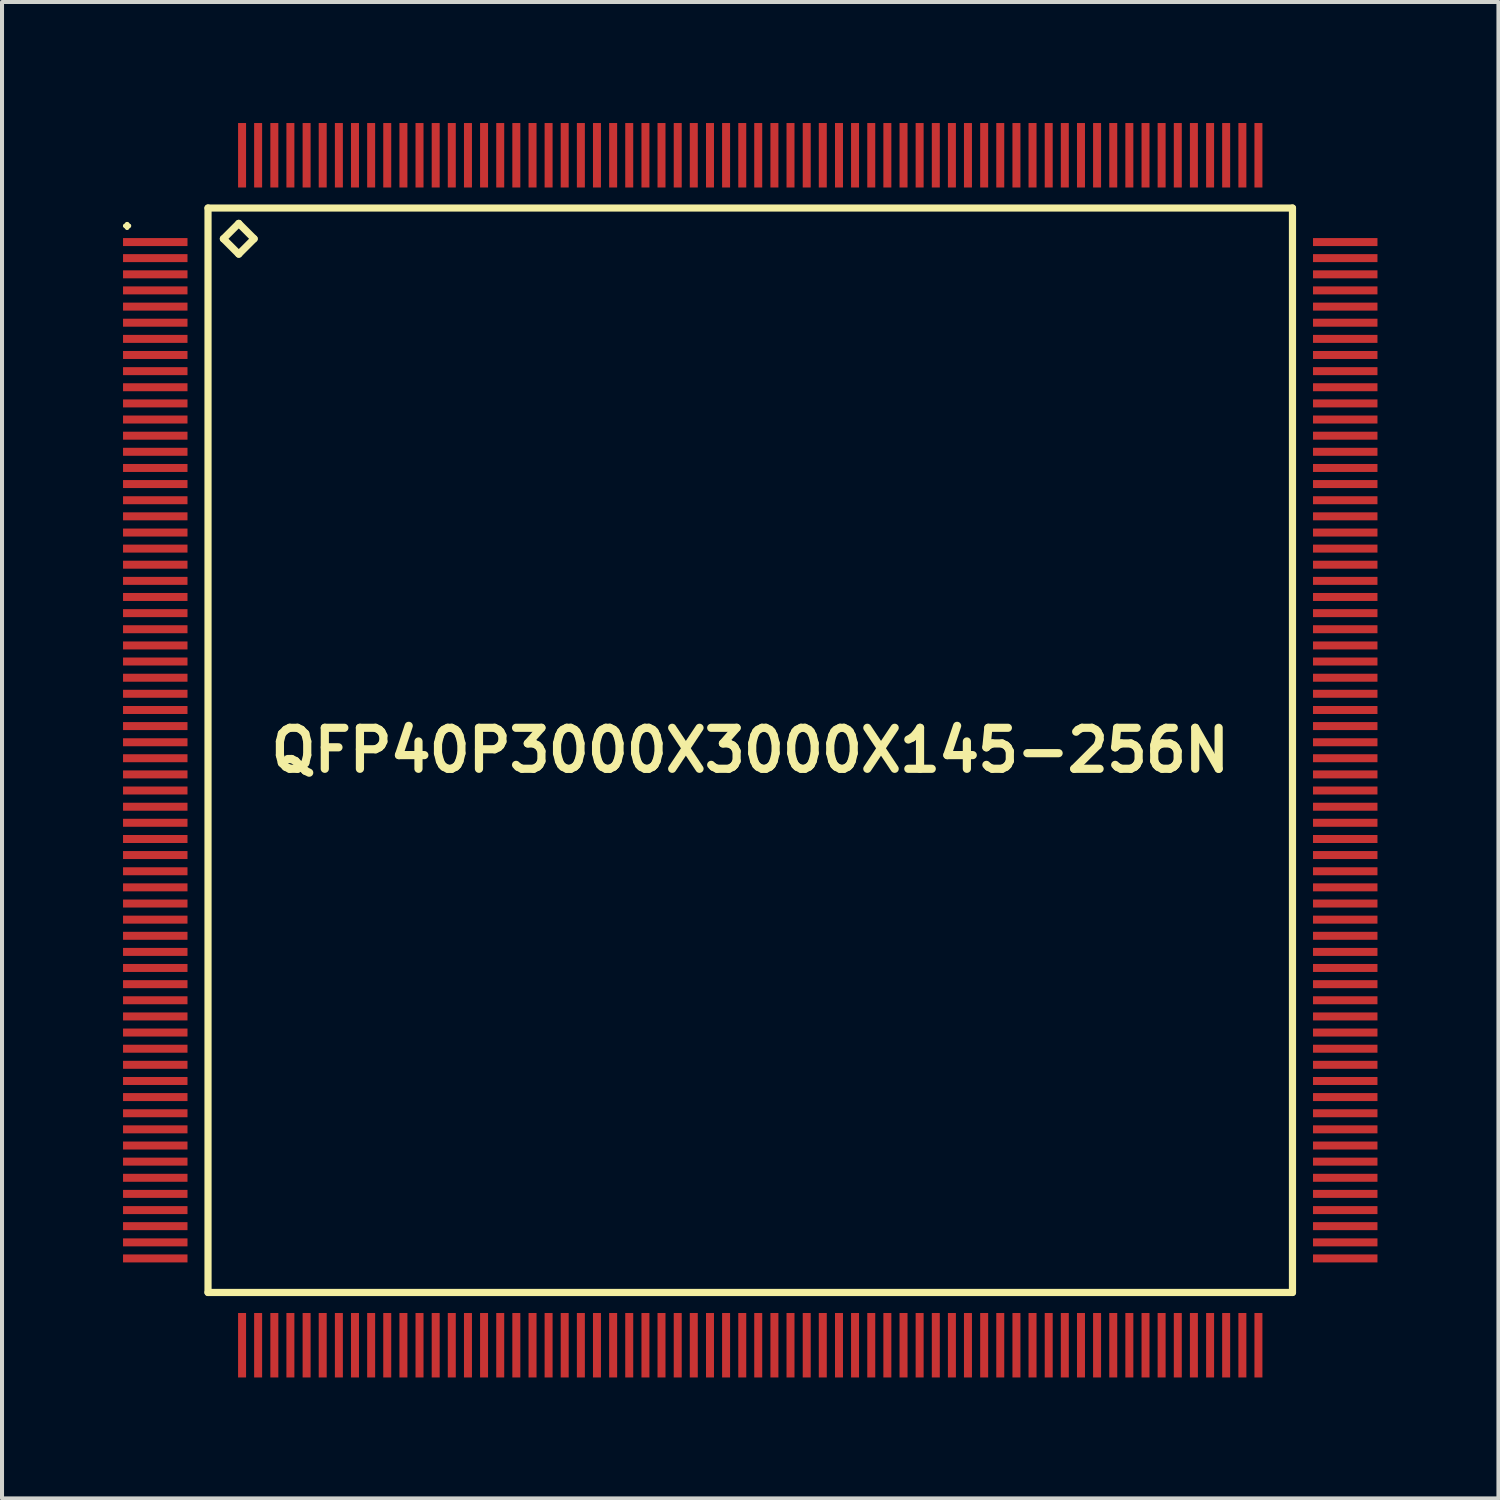
<source format=kicad_pcb>
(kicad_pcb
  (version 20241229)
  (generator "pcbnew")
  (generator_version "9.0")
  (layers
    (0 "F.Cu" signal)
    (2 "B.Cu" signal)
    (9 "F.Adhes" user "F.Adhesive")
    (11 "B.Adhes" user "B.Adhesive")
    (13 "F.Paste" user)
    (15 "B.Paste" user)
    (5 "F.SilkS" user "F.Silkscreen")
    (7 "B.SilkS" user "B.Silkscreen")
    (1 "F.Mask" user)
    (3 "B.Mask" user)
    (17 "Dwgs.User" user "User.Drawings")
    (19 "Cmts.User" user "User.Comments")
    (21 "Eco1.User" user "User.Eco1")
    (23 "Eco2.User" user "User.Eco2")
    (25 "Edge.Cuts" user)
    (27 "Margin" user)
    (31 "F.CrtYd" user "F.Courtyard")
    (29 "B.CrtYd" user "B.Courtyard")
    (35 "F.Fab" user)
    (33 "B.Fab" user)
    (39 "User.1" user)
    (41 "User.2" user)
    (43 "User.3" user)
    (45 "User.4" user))
  (footprint "QFP40P3000X3000X145-256N"
    (layer "F.Cu")
    (at 15.549 15.549)
    (property "Reference" "QFP40P3000X3000X145-256N" (at 0 0 0) (layer "F.SilkS") (effects (font (size 1.016 1.016) (thickness 0.203))))
    (attr smd)
    (fp_line (start -15.499 -13) (end -15.448 -13.048) (stroke (width 0.099) (type solid)) (layer "F.SilkS"))
    (fp_line (start -15.448 -13.048) (end -15.397 -13) (stroke (width 0.099) (type solid)) (layer "F.SilkS"))
    (fp_line (start -15.448 -12.949) (end -15.499 -13) (stroke (width 0.099) (type solid)) (layer "F.SilkS"))
    (fp_line (start -15.397 -13) (end -15.448 -12.949) (stroke (width 0.099) (type solid)) (layer "F.SilkS"))
    (fp_line (start -13.442 -13.442) (end -13.442 13.442) (stroke (width 0.178) (type solid)) (layer "F.SilkS"))
    (fp_line (start -13.442 13.442) (end 13.442 13.442) (stroke (width 0.178) (type solid)) (layer "F.SilkS"))
    (fp_line (start -13.061 -12.68) (end -12.68 -13.061) (stroke (width 0.178) (type solid)) (layer "F.SilkS"))
    (fp_line (start -12.68 -13.061) (end -12.299 -12.68) (stroke (width 0.178) (type solid)) (layer "F.SilkS"))
    (fp_line (start -12.68 -12.299) (end -13.061 -12.68) (stroke (width 0.178) (type solid)) (layer "F.SilkS"))
    (fp_line (start -12.299 -12.68) (end -12.68 -12.299) (stroke (width 0.178) (type solid)) (layer "F.SilkS"))
    (fp_line (start 13.442 -13.442) (end -13.442 -13.442) (stroke (width 0.178) (type solid)) (layer "F.SilkS"))
    (fp_line (start 13.442 13.442) (end 13.442 -13.442) (stroke (width 0.178) (type solid)) (layer "F.SilkS"))
    (pad "1" smd rect (at -14.75 -12.598) (size 1.598 0.198) (layers "F.Cu" "F.Mask" "F.Paste"))
    (pad "2" smd rect (at -14.75 -12.2) (size 1.598 0.198) (layers "F.Cu" "F.Mask" "F.Paste"))
    (pad "3" smd rect (at -14.75 -11.798) (size 1.598 0.198) (layers "F.Cu" "F.Mask" "F.Paste"))
    (pad "4" smd rect (at -14.75 -11.4) (size 1.598 0.198) (layers "F.Cu" "F.Mask" "F.Paste"))
    (pad "5" smd rect (at -14.75 -10.998) (size 1.598 0.198) (layers "F.Cu" "F.Mask" "F.Paste"))
    (pad "6" smd rect (at -14.75 -10.599) (size 1.598 0.198) (layers "F.Cu" "F.Mask" "F.Paste"))
    (pad "7" smd rect (at -14.75 -10.198) (size 1.598 0.198) (layers "F.Cu" "F.Mask" "F.Paste"))
    (pad "8" smd rect (at -14.75 -9.799) (size 1.598 0.198) (layers "F.Cu" "F.Mask" "F.Paste"))
    (pad "9" smd rect (at -14.75 -9.398) (size 1.598 0.198) (layers "F.Cu" "F.Mask" "F.Paste"))
    (pad "10" smd rect (at -14.75 -8.999) (size 1.598 0.198) (layers "F.Cu" "F.Mask" "F.Paste"))
    (pad "11" smd rect (at -14.75 -8.598) (size 1.598 0.198) (layers "F.Cu" "F.Mask" "F.Paste"))
    (pad "12" smd rect (at -14.75 -8.199) (size 1.598 0.198) (layers "F.Cu" "F.Mask" "F.Paste"))
    (pad "13" smd rect (at -14.75 -7.798) (size 1.598 0.198) (layers "F.Cu" "F.Mask" "F.Paste"))
    (pad "14" smd rect (at -14.75 -7.399) (size 1.598 0.198) (layers "F.Cu" "F.Mask" "F.Paste"))
    (pad "15" smd rect (at -14.75 -6.998) (size 1.598 0.198) (layers "F.Cu" "F.Mask" "F.Paste"))
    (pad "16" smd rect (at -14.75 -6.599) (size 1.598 0.198) (layers "F.Cu" "F.Mask" "F.Paste"))
    (pad "17" smd rect (at -14.75 -6.198) (size 1.598 0.198) (layers "F.Cu" "F.Mask" "F.Paste"))
    (pad "18" smd rect (at -14.75 -5.799) (size 1.598 0.198) (layers "F.Cu" "F.Mask" "F.Paste"))
    (pad "19" smd rect (at -14.75 -5.397) (size 1.598 0.198) (layers "F.Cu" "F.Mask" "F.Paste"))
    (pad "20" smd rect (at -14.75 -4.999) (size 1.598 0.198) (layers "F.Cu" "F.Mask" "F.Paste"))
    (pad "21" smd rect (at -14.75 -4.6) (size 1.598 0.198) (layers "F.Cu" "F.Mask" "F.Paste"))
    (pad "22" smd rect (at -14.75 -4.199) (size 1.598 0.198) (layers "F.Cu" "F.Mask" "F.Paste"))
    (pad "23" smd rect (at -14.75 -3.8) (size 1.598 0.198) (layers "F.Cu" "F.Mask" "F.Paste"))
    (pad "24" smd rect (at -14.75 -3.399) (size 1.598 0.198) (layers "F.Cu" "F.Mask" "F.Paste"))
    (pad "25" smd rect (at -14.75 -3) (size 1.598 0.198) (layers "F.Cu" "F.Mask" "F.Paste"))
    (pad "26" smd rect (at -14.75 -2.598) (size 1.598 0.198) (layers "F.Cu" "F.Mask" "F.Paste"))
    (pad "27" smd rect (at -14.75 -2.2) (size 1.598 0.198) (layers "F.Cu" "F.Mask" "F.Paste"))
    (pad "28" smd rect (at -14.75 -1.798) (size 1.598 0.198) (layers "F.Cu" "F.Mask" "F.Paste"))
    (pad "29" smd rect (at -14.75 -1.4) (size 1.598 0.198) (layers "F.Cu" "F.Mask" "F.Paste"))
    (pad "30" smd rect (at -14.75 -0.998) (size 1.598 0.198) (layers "F.Cu" "F.Mask" "F.Paste"))
    (pad "31" smd rect (at -14.75 -0.599) (size 1.598 0.198) (layers "F.Cu" "F.Mask" "F.Paste"))
    (pad "32" smd rect (at -14.75 -0.198) (size 1.598 0.198) (layers "F.Cu" "F.Mask" "F.Paste"))
    (pad "33" smd rect (at -14.75 0.198) (size 1.598 0.198) (layers "F.Cu" "F.Mask" "F.Paste"))
    (pad "34" smd rect (at -14.75 0.599) (size 1.598 0.198) (layers "F.Cu" "F.Mask" "F.Paste"))
    (pad "35" smd rect (at -14.75 0.998) (size 1.598 0.198) (layers "F.Cu" "F.Mask" "F.Paste"))
    (pad "36" smd rect (at -14.75 1.4) (size 1.598 0.198) (layers "F.Cu" "F.Mask" "F.Paste"))
    (pad "37" smd rect (at -14.75 1.798) (size 1.598 0.198) (layers "F.Cu" "F.Mask" "F.Paste"))
    (pad "38" smd rect (at -14.75 2.2) (size 1.598 0.198) (layers "F.Cu" "F.Mask" "F.Paste"))
    (pad "39" smd rect (at -14.75 2.598) (size 1.598 0.198) (layers "F.Cu" "F.Mask" "F.Paste"))
    (pad "40" smd rect (at -14.75 3) (size 1.598 0.198) (layers "F.Cu" "F.Mask" "F.Paste"))
    (pad "41" smd rect (at -14.75 3.399) (size 1.598 0.198) (layers "F.Cu" "F.Mask" "F.Paste"))
    (pad "42" smd rect (at -14.75 3.8) (size 1.598 0.198) (layers "F.Cu" "F.Mask" "F.Paste"))
    (pad "43" smd rect (at -14.75 4.199) (size 1.598 0.198) (layers "F.Cu" "F.Mask" "F.Paste"))
    (pad "44" smd rect (at -14.75 4.6) (size 1.598 0.198) (layers "F.Cu" "F.Mask" "F.Paste"))
    (pad "45" smd rect (at -14.75 4.999) (size 1.598 0.198) (layers "F.Cu" "F.Mask" "F.Paste"))
    (pad "46" smd rect (at -14.75 5.397) (size 1.598 0.198) (layers "F.Cu" "F.Mask" "F.Paste"))
    (pad "47" smd rect (at -14.75 5.799) (size 1.598 0.198) (layers "F.Cu" "F.Mask" "F.Paste"))
    (pad "48" smd rect (at -14.75 6.198) (size 1.598 0.198) (layers "F.Cu" "F.Mask" "F.Paste"))
    (pad "49" smd rect (at -14.75 6.599) (size 1.598 0.198) (layers "F.Cu" "F.Mask" "F.Paste"))
    (pad "50" smd rect (at -14.75 6.998) (size 1.598 0.198) (layers "F.Cu" "F.Mask" "F.Paste"))
    (pad "51" smd rect (at -14.75 7.399) (size 1.598 0.198) (layers "F.Cu" "F.Mask" "F.Paste"))
    (pad "52" smd rect (at -14.75 7.798) (size 1.598 0.198) (layers "F.Cu" "F.Mask" "F.Paste"))
    (pad "53" smd rect (at -14.75 8.199) (size 1.598 0.198) (layers "F.Cu" "F.Mask" "F.Paste"))
    (pad "54" smd rect (at -14.75 8.598) (size 1.598 0.198) (layers "F.Cu" "F.Mask" "F.Paste"))
    (pad "55" smd rect (at -14.75 8.999) (size 1.598 0.198) (layers "F.Cu" "F.Mask" "F.Paste"))
    (pad "56" smd rect (at -14.75 9.398) (size 1.598 0.198) (layers "F.Cu" "F.Mask" "F.Paste"))
    (pad "57" smd rect (at -14.75 9.799) (size 1.598 0.198) (layers "F.Cu" "F.Mask" "F.Paste"))
    (pad "58" smd rect (at -14.75 10.198) (size 1.598 0.198) (layers "F.Cu" "F.Mask" "F.Paste"))
    (pad "59" smd rect (at -14.75 10.599) (size 1.598 0.198) (layers "F.Cu" "F.Mask" "F.Paste"))
    (pad "60" smd rect (at -14.75 10.998) (size 1.598 0.198) (layers "F.Cu" "F.Mask" "F.Paste"))
    (pad "61" smd rect (at -14.75 11.4) (size 1.598 0.198) (layers "F.Cu" "F.Mask" "F.Paste"))
    (pad "62" smd rect (at -14.75 11.798) (size 1.598 0.198) (layers "F.Cu" "F.Mask" "F.Paste"))
    (pad "63" smd rect (at -14.75 12.2) (size 1.598 0.198) (layers "F.Cu" "F.Mask" "F.Paste"))
    (pad "64" smd rect (at -14.75 12.598) (size 1.598 0.198) (layers "F.Cu" "F.Mask" "F.Paste"))
    (pad "65" smd rect (at -12.598 14.75) (size 0.198 1.598) (layers "F.Cu" "F.Mask" "F.Paste"))
    (pad "66" smd rect (at -12.2 14.75) (size 0.198 1.598) (layers "F.Cu" "F.Mask" "F.Paste"))
    (pad "67" smd rect (at -11.798 14.75) (size 0.198 1.598) (layers "F.Cu" "F.Mask" "F.Paste"))
    (pad "68" smd rect (at -11.4 14.75) (size 0.198 1.598) (layers "F.Cu" "F.Mask" "F.Paste"))
    (pad "69" smd rect (at -10.998 14.75) (size 0.198 1.598) (layers "F.Cu" "F.Mask" "F.Paste"))
    (pad "70" smd rect (at -10.599 14.75) (size 0.198 1.598) (layers "F.Cu" "F.Mask" "F.Paste"))
    (pad "71" smd rect (at -10.198 14.75) (size 0.198 1.598) (layers "F.Cu" "F.Mask" "F.Paste"))
    (pad "72" smd rect (at -9.799 14.75) (size 0.198 1.598) (layers "F.Cu" "F.Mask" "F.Paste"))
    (pad "73" smd rect (at -9.398 14.75) (size 0.198 1.598) (layers "F.Cu" "F.Mask" "F.Paste"))
    (pad "74" smd rect (at -8.999 14.75) (size 0.198 1.598) (layers "F.Cu" "F.Mask" "F.Paste"))
    (pad "75" smd rect (at -8.598 14.75) (size 0.198 1.598) (layers "F.Cu" "F.Mask" "F.Paste"))
    (pad "76" smd rect (at -8.199 14.75) (size 0.198 1.598) (layers "F.Cu" "F.Mask" "F.Paste"))
    (pad "77" smd rect (at -7.798 14.75) (size 0.198 1.598) (layers "F.Cu" "F.Mask" "F.Paste"))
    (pad "78" smd rect (at -7.399 14.75) (size 0.198 1.598) (layers "F.Cu" "F.Mask" "F.Paste"))
    (pad "79" smd rect (at -6.998 14.75) (size 0.198 1.598) (layers "F.Cu" "F.Mask" "F.Paste"))
    (pad "80" smd rect (at -6.599 14.75) (size 0.198 1.598) (layers "F.Cu" "F.Mask" "F.Paste"))
    (pad "81" smd rect (at -6.198 14.75) (size 0.198 1.598) (layers "F.Cu" "F.Mask" "F.Paste"))
    (pad "82" smd rect (at -5.799 14.75) (size 0.198 1.598) (layers "F.Cu" "F.Mask" "F.Paste"))
    (pad "83" smd rect (at -5.397 14.75) (size 0.198 1.598) (layers "F.Cu" "F.Mask" "F.Paste"))
    (pad "84" smd rect (at -4.999 14.75) (size 0.198 1.598) (layers "F.Cu" "F.Mask" "F.Paste"))
    (pad "85" smd rect (at -4.6 14.75) (size 0.198 1.598) (layers "F.Cu" "F.Mask" "F.Paste"))
    (pad "86" smd rect (at -4.199 14.75) (size 0.198 1.598) (layers "F.Cu" "F.Mask" "F.Paste"))
    (pad "87" smd rect (at -3.8 14.75) (size 0.198 1.598) (layers "F.Cu" "F.Mask" "F.Paste"))
    (pad "88" smd rect (at -3.399 14.75) (size 0.198 1.598) (layers "F.Cu" "F.Mask" "F.Paste"))
    (pad "89" smd rect (at -3 14.75) (size 0.198 1.598) (layers "F.Cu" "F.Mask" "F.Paste"))
    (pad "90" smd rect (at -2.598 14.75) (size 0.198 1.598) (layers "F.Cu" "F.Mask" "F.Paste"))
    (pad "91" smd rect (at -2.2 14.75) (size 0.198 1.598) (layers "F.Cu" "F.Mask" "F.Paste"))
    (pad "92" smd rect (at -1.798 14.75) (size 0.198 1.598) (layers "F.Cu" "F.Mask" "F.Paste"))
    (pad "93" smd rect (at -1.4 14.75) (size 0.198 1.598) (layers "F.Cu" "F.Mask" "F.Paste"))
    (pad "94" smd rect (at -0.998 14.75) (size 0.198 1.598) (layers "F.Cu" "F.Mask" "F.Paste"))
    (pad "95" smd rect (at -0.599 14.75) (size 0.198 1.598) (layers "F.Cu" "F.Mask" "F.Paste"))
    (pad "96" smd rect (at -0.198 14.75) (size 0.198 1.598) (layers "F.Cu" "F.Mask" "F.Paste"))
    (pad "97" smd rect (at 0.198 14.75) (size 0.198 1.598) (layers "F.Cu" "F.Mask" "F.Paste"))
    (pad "98" smd rect (at 0.599 14.75) (size 0.198 1.598) (layers "F.Cu" "F.Mask" "F.Paste"))
    (pad "99" smd rect (at 0.998 14.75) (size 0.198 1.598) (layers "F.Cu" "F.Mask" "F.Paste"))
    (pad "100" smd rect (at 1.4 14.75) (size 0.198 1.598) (layers "F.Cu" "F.Mask" "F.Paste"))
    (pad "101" smd rect (at 1.798 14.75) (size 0.198 1.598) (layers "F.Cu" "F.Mask" "F.Paste"))
    (pad "102" smd rect (at 2.2 14.75) (size 0.198 1.598) (layers "F.Cu" "F.Mask" "F.Paste"))
    (pad "103" smd rect (at 2.598 14.75) (size 0.198 1.598) (layers "F.Cu" "F.Mask" "F.Paste"))
    (pad "104" smd rect (at 3 14.75) (size 0.198 1.598) (layers "F.Cu" "F.Mask" "F.Paste"))
    (pad "105" smd rect (at 3.399 14.75) (size 0.198 1.598) (layers "F.Cu" "F.Mask" "F.Paste"))
    (pad "106" smd rect (at 3.8 14.75) (size 0.198 1.598) (layers "F.Cu" "F.Mask" "F.Paste"))
    (pad "107" smd rect (at 4.199 14.75) (size 0.198 1.598) (layers "F.Cu" "F.Mask" "F.Paste"))
    (pad "108" smd rect (at 4.6 14.75) (size 0.198 1.598) (layers "F.Cu" "F.Mask" "F.Paste"))
    (pad "109" smd rect (at 4.999 14.75) (size 0.198 1.598) (layers "F.Cu" "F.Mask" "F.Paste"))
    (pad "110" smd rect (at 5.397 14.75) (size 0.198 1.598) (layers "F.Cu" "F.Mask" "F.Paste"))
    (pad "111" smd rect (at 5.799 14.75) (size 0.198 1.598) (layers "F.Cu" "F.Mask" "F.Paste"))
    (pad "112" smd rect (at 6.198 14.75) (size 0.198 1.598) (layers "F.Cu" "F.Mask" "F.Paste"))
    (pad "113" smd rect (at 6.599 14.75) (size 0.198 1.598) (layers "F.Cu" "F.Mask" "F.Paste"))
    (pad "114" smd rect (at 6.998 14.75) (size 0.198 1.598) (layers "F.Cu" "F.Mask" "F.Paste"))
    (pad "115" smd rect (at 7.399 14.75) (size 0.198 1.598) (layers "F.Cu" "F.Mask" "F.Paste"))
    (pad "116" smd rect (at 7.798 14.75) (size 0.198 1.598) (layers "F.Cu" "F.Mask" "F.Paste"))
    (pad "117" smd rect (at 8.199 14.75) (size 0.198 1.598) (layers "F.Cu" "F.Mask" "F.Paste"))
    (pad "118" smd rect (at 8.598 14.75) (size 0.198 1.598) (layers "F.Cu" "F.Mask" "F.Paste"))
    (pad "119" smd rect (at 8.999 14.75) (size 0.198 1.598) (layers "F.Cu" "F.Mask" "F.Paste"))
    (pad "120" smd rect (at 9.398 14.75) (size 0.198 1.598) (layers "F.Cu" "F.Mask" "F.Paste"))
    (pad "121" smd rect (at 9.799 14.75) (size 0.198 1.598) (layers "F.Cu" "F.Mask" "F.Paste"))
    (pad "122" smd rect (at 10.198 14.75) (size 0.198 1.598) (layers "F.Cu" "F.Mask" "F.Paste"))
    (pad "123" smd rect (at 10.599 14.75) (size 0.198 1.598) (layers "F.Cu" "F.Mask" "F.Paste"))
    (pad "124" smd rect (at 10.998 14.75) (size 0.198 1.598) (layers "F.Cu" "F.Mask" "F.Paste"))
    (pad "125" smd rect (at 11.4 14.75) (size 0.198 1.598) (layers "F.Cu" "F.Mask" "F.Paste"))
    (pad "126" smd rect (at 11.798 14.75) (size 0.198 1.598) (layers "F.Cu" "F.Mask" "F.Paste"))
    (pad "127" smd rect (at 12.2 14.75) (size 0.198 1.598) (layers "F.Cu" "F.Mask" "F.Paste"))
    (pad "128" smd rect (at 12.598 14.75) (size 0.198 1.598) (layers "F.Cu" "F.Mask" "F.Paste"))
    (pad "129" smd rect (at 14.75 12.598) (size 1.598 0.198) (layers "F.Cu" "F.Mask" "F.Paste"))
    (pad "130" smd rect (at 14.75 12.2) (size 1.598 0.198) (layers "F.Cu" "F.Mask" "F.Paste"))
    (pad "131" smd rect (at 14.75 11.798) (size 1.598 0.198) (layers "F.Cu" "F.Mask" "F.Paste"))
    (pad "132" smd rect (at 14.75 11.4) (size 1.598 0.198) (layers "F.Cu" "F.Mask" "F.Paste"))
    (pad "133" smd rect (at 14.75 10.998) (size 1.598 0.198) (layers "F.Cu" "F.Mask" "F.Paste"))
    (pad "134" smd rect (at 14.75 10.599) (size 1.598 0.198) (layers "F.Cu" "F.Mask" "F.Paste"))
    (pad "135" smd rect (at 14.75 10.198) (size 1.598 0.198) (layers "F.Cu" "F.Mask" "F.Paste"))
    (pad "136" smd rect (at 14.75 9.799) (size 1.598 0.198) (layers "F.Cu" "F.Mask" "F.Paste"))
    (pad "137" smd rect (at 14.75 9.398) (size 1.598 0.198) (layers "F.Cu" "F.Mask" "F.Paste"))
    (pad "138" smd rect (at 14.75 8.999) (size 1.598 0.198) (layers "F.Cu" "F.Mask" "F.Paste"))
    (pad "139" smd rect (at 14.75 8.598) (size 1.598 0.198) (layers "F.Cu" "F.Mask" "F.Paste"))
    (pad "140" smd rect (at 14.75 8.199) (size 1.598 0.198) (layers "F.Cu" "F.Mask" "F.Paste"))
    (pad "141" smd rect (at 14.75 7.798) (size 1.598 0.198) (layers "F.Cu" "F.Mask" "F.Paste"))
    (pad "142" smd rect (at 14.75 7.399) (size 1.598 0.198) (layers "F.Cu" "F.Mask" "F.Paste"))
    (pad "143" smd rect (at 14.75 6.998) (size 1.598 0.198) (layers "F.Cu" "F.Mask" "F.Paste"))
    (pad "144" smd rect (at 14.75 6.599) (size 1.598 0.198) (layers "F.Cu" "F.Mask" "F.Paste"))
    (pad "145" smd rect (at 14.75 6.198) (size 1.598 0.198) (layers "F.Cu" "F.Mask" "F.Paste"))
    (pad "146" smd rect (at 14.75 5.799) (size 1.598 0.198) (layers "F.Cu" "F.Mask" "F.Paste"))
    (pad "147" smd rect (at 14.75 5.397) (size 1.598 0.198) (layers "F.Cu" "F.Mask" "F.Paste"))
    (pad "148" smd rect (at 14.75 4.999) (size 1.598 0.198) (layers "F.Cu" "F.Mask" "F.Paste"))
    (pad "149" smd rect (at 14.75 4.6) (size 1.598 0.198) (layers "F.Cu" "F.Mask" "F.Paste"))
    (pad "150" smd rect (at 14.75 4.199) (size 1.598 0.198) (layers "F.Cu" "F.Mask" "F.Paste"))
    (pad "151" smd rect (at 14.75 3.8) (size 1.598 0.198) (layers "F.Cu" "F.Mask" "F.Paste"))
    (pad "152" smd rect (at 14.75 3.399) (size 1.598 0.198) (layers "F.Cu" "F.Mask" "F.Paste"))
    (pad "153" smd rect (at 14.75 3) (size 1.598 0.198) (layers "F.Cu" "F.Mask" "F.Paste"))
    (pad "154" smd rect (at 14.75 2.598) (size 1.598 0.198) (layers "F.Cu" "F.Mask" "F.Paste"))
    (pad "155" smd rect (at 14.75 2.2) (size 1.598 0.198) (layers "F.Cu" "F.Mask" "F.Paste"))
    (pad "156" smd rect (at 14.75 1.798) (size 1.598 0.198) (layers "F.Cu" "F.Mask" "F.Paste"))
    (pad "157" smd rect (at 14.75 1.4) (size 1.598 0.198) (layers "F.Cu" "F.Mask" "F.Paste"))
    (pad "158" smd rect (at 14.75 0.998) (size 1.598 0.198) (layers "F.Cu" "F.Mask" "F.Paste"))
    (pad "159" smd rect (at 14.75 0.599) (size 1.598 0.198) (layers "F.Cu" "F.Mask" "F.Paste"))
    (pad "160" smd rect (at 14.75 0.198) (size 1.598 0.198) (layers "F.Cu" "F.Mask" "F.Paste"))
    (pad "161" smd rect (at 14.75 -0.198) (size 1.598 0.198) (layers "F.Cu" "F.Mask" "F.Paste"))
    (pad "162" smd rect (at 14.75 -0.599) (size 1.598 0.198) (layers "F.Cu" "F.Mask" "F.Paste"))
    (pad "163" smd rect (at 14.75 -0.998) (size 1.598 0.198) (layers "F.Cu" "F.Mask" "F.Paste"))
    (pad "164" smd rect (at 14.75 -1.4) (size 1.598 0.198) (layers "F.Cu" "F.Mask" "F.Paste"))
    (pad "165" smd rect (at 14.75 -1.798) (size 1.598 0.198) (layers "F.Cu" "F.Mask" "F.Paste"))
    (pad "166" smd rect (at 14.75 -2.2) (size 1.598 0.198) (layers "F.Cu" "F.Mask" "F.Paste"))
    (pad "167" smd rect (at 14.75 -2.598) (size 1.598 0.198) (layers "F.Cu" "F.Mask" "F.Paste"))
    (pad "168" smd rect (at 14.75 -3) (size 1.598 0.198) (layers "F.Cu" "F.Mask" "F.Paste"))
    (pad "169" smd rect (at 14.75 -3.399) (size 1.598 0.198) (layers "F.Cu" "F.Mask" "F.Paste"))
    (pad "170" smd rect (at 14.75 -3.8) (size 1.598 0.198) (layers "F.Cu" "F.Mask" "F.Paste"))
    (pad "171" smd rect (at 14.75 -4.199) (size 1.598 0.198) (layers "F.Cu" "F.Mask" "F.Paste"))
    (pad "172" smd rect (at 14.75 -4.6) (size 1.598 0.198) (layers "F.Cu" "F.Mask" "F.Paste"))
    (pad "173" smd rect (at 14.75 -4.999) (size 1.598 0.198) (layers "F.Cu" "F.Mask" "F.Paste"))
    (pad "174" smd rect (at 14.75 -5.397) (size 1.598 0.198) (layers "F.Cu" "F.Mask" "F.Paste"))
    (pad "175" smd rect (at 14.75 -5.799) (size 1.598 0.198) (layers "F.Cu" "F.Mask" "F.Paste"))
    (pad "176" smd rect (at 14.75 -6.198) (size 1.598 0.198) (layers "F.Cu" "F.Mask" "F.Paste"))
    (pad "177" smd rect (at 14.75 -6.599) (size 1.598 0.198) (layers "F.Cu" "F.Mask" "F.Paste"))
    (pad "178" smd rect (at 14.75 -6.998) (size 1.598 0.198) (layers "F.Cu" "F.Mask" "F.Paste"))
    (pad "179" smd rect (at 14.75 -7.399) (size 1.598 0.198) (layers "F.Cu" "F.Mask" "F.Paste"))
    (pad "180" smd rect (at 14.75 -7.798) (size 1.598 0.198) (layers "F.Cu" "F.Mask" "F.Paste"))
    (pad "181" smd rect (at 14.75 -8.199) (size 1.598 0.198) (layers "F.Cu" "F.Mask" "F.Paste"))
    (pad "182" smd rect (at 14.75 -8.598) (size 1.598 0.198) (layers "F.Cu" "F.Mask" "F.Paste"))
    (pad "183" smd rect (at 14.75 -8.999) (size 1.598 0.198) (layers "F.Cu" "F.Mask" "F.Paste"))
    (pad "184" smd rect (at 14.75 -9.398) (size 1.598 0.198) (layers "F.Cu" "F.Mask" "F.Paste"))
    (pad "185" smd rect (at 14.75 -9.799) (size 1.598 0.198) (layers "F.Cu" "F.Mask" "F.Paste"))
    (pad "186" smd rect (at 14.75 -10.198) (size 1.598 0.198) (layers "F.Cu" "F.Mask" "F.Paste"))
    (pad "187" smd rect (at 14.75 -10.599) (size 1.598 0.198) (layers "F.Cu" "F.Mask" "F.Paste"))
    (pad "188" smd rect (at 14.75 -10.998) (size 1.598 0.198) (layers "F.Cu" "F.Mask" "F.Paste"))
    (pad "189" smd rect (at 14.75 -11.4) (size 1.598 0.198) (layers "F.Cu" "F.Mask" "F.Paste"))
    (pad "190" smd rect (at 14.75 -11.798) (size 1.598 0.198) (layers "F.Cu" "F.Mask" "F.Paste"))
    (pad "191" smd rect (at 14.75 -12.2) (size 1.598 0.198) (layers "F.Cu" "F.Mask" "F.Paste"))
    (pad "192" smd rect (at 14.75 -12.598) (size 1.598 0.198) (layers "F.Cu" "F.Mask" "F.Paste"))
    (pad "193" smd rect (at 12.598 -14.75) (size 0.198 1.598) (layers "F.Cu" "F.Mask" "F.Paste"))
    (pad "194" smd rect (at 12.2 -14.75) (size 0.198 1.598) (layers "F.Cu" "F.Mask" "F.Paste"))
    (pad "195" smd rect (at 11.798 -14.75) (size 0.198 1.598) (layers "F.Cu" "F.Mask" "F.Paste"))
    (pad "196" smd rect (at 11.4 -14.75) (size 0.198 1.598) (layers "F.Cu" "F.Mask" "F.Paste"))
    (pad "197" smd rect (at 10.998 -14.75) (size 0.198 1.598) (layers "F.Cu" "F.Mask" "F.Paste"))
    (pad "198" smd rect (at 10.599 -14.75) (size 0.198 1.598) (layers "F.Cu" "F.Mask" "F.Paste"))
    (pad "199" smd rect (at 10.198 -14.75) (size 0.198 1.598) (layers "F.Cu" "F.Mask" "F.Paste"))
    (pad "200" smd rect (at 9.799 -14.75) (size 0.198 1.598) (layers "F.Cu" "F.Mask" "F.Paste"))
    (pad "201" smd rect (at 9.398 -14.75) (size 0.198 1.598) (layers "F.Cu" "F.Mask" "F.Paste"))
    (pad "202" smd rect (at 8.999 -14.75) (size 0.198 1.598) (layers "F.Cu" "F.Mask" "F.Paste"))
    (pad "203" smd rect (at 8.598 -14.75) (size 0.198 1.598) (layers "F.Cu" "F.Mask" "F.Paste"))
    (pad "204" smd rect (at 8.199 -14.75) (size 0.198 1.598) (layers "F.Cu" "F.Mask" "F.Paste"))
    (pad "205" smd rect (at 7.798 -14.75) (size 0.198 1.598) (layers "F.Cu" "F.Mask" "F.Paste"))
    (pad "206" smd rect (at 7.399 -14.75) (size 0.198 1.598) (layers "F.Cu" "F.Mask" "F.Paste"))
    (pad "207" smd rect (at 6.998 -14.75) (size 0.198 1.598) (layers "F.Cu" "F.Mask" "F.Paste"))
    (pad "208" smd rect (at 6.599 -14.75) (size 0.198 1.598) (layers "F.Cu" "F.Mask" "F.Paste"))
    (pad "209" smd rect (at 6.198 -14.75) (size 0.198 1.598) (layers "F.Cu" "F.Mask" "F.Paste"))
    (pad "210" smd rect (at 5.799 -14.75) (size 0.198 1.598) (layers "F.Cu" "F.Mask" "F.Paste"))
    (pad "211" smd rect (at 5.397 -14.75) (size 0.198 1.598) (layers "F.Cu" "F.Mask" "F.Paste"))
    (pad "212" smd rect (at 4.999 -14.75) (size 0.198 1.598) (layers "F.Cu" "F.Mask" "F.Paste"))
    (pad "213" smd rect (at 4.6 -14.75) (size 0.198 1.598) (layers "F.Cu" "F.Mask" "F.Paste"))
    (pad "214" smd rect (at 4.199 -14.75) (size 0.198 1.598) (layers "F.Cu" "F.Mask" "F.Paste"))
    (pad "215" smd rect (at 3.8 -14.75) (size 0.198 1.598) (layers "F.Cu" "F.Mask" "F.Paste"))
    (pad "216" smd rect (at 3.399 -14.75) (size 0.198 1.598) (layers "F.Cu" "F.Mask" "F.Paste"))
    (pad "217" smd rect (at 3 -14.75) (size 0.198 1.598) (layers "F.Cu" "F.Mask" "F.Paste"))
    (pad "218" smd rect (at 2.598 -14.75) (size 0.198 1.598) (layers "F.Cu" "F.Mask" "F.Paste"))
    (pad "219" smd rect (at 2.2 -14.75) (size 0.198 1.598) (layers "F.Cu" "F.Mask" "F.Paste"))
    (pad "220" smd rect (at 1.798 -14.75) (size 0.198 1.598) (layers "F.Cu" "F.Mask" "F.Paste"))
    (pad "221" smd rect (at 1.4 -14.75) (size 0.198 1.598) (layers "F.Cu" "F.Mask" "F.Paste"))
    (pad "222" smd rect (at 0.998 -14.75) (size 0.198 1.598) (layers "F.Cu" "F.Mask" "F.Paste"))
    (pad "223" smd rect (at 0.599 -14.75) (size 0.198 1.598) (layers "F.Cu" "F.Mask" "F.Paste"))
    (pad "224" smd rect (at 0.198 -14.75) (size 0.198 1.598) (layers "F.Cu" "F.Mask" "F.Paste"))
    (pad "225" smd rect (at -0.198 -14.75) (size 0.198 1.598) (layers "F.Cu" "F.Mask" "F.Paste"))
    (pad "226" smd rect (at -0.599 -14.75) (size 0.198 1.598) (layers "F.Cu" "F.Mask" "F.Paste"))
    (pad "227" smd rect (at -0.998 -14.75) (size 0.198 1.598) (layers "F.Cu" "F.Mask" "F.Paste"))
    (pad "228" smd rect (at -1.4 -14.75) (size 0.198 1.598) (layers "F.Cu" "F.Mask" "F.Paste"))
    (pad "229" smd rect (at -1.798 -14.75) (size 0.198 1.598) (layers "F.Cu" "F.Mask" "F.Paste"))
    (pad "230" smd rect (at -2.2 -14.75) (size 0.198 1.598) (layers "F.Cu" "F.Mask" "F.Paste"))
    (pad "231" smd rect (at -2.598 -14.75) (size 0.198 1.598) (layers "F.Cu" "F.Mask" "F.Paste"))
    (pad "232" smd rect (at -3 -14.75) (size 0.198 1.598) (layers "F.Cu" "F.Mask" "F.Paste"))
    (pad "233" smd rect (at -3.399 -14.75) (size 0.198 1.598) (layers "F.Cu" "F.Mask" "F.Paste"))
    (pad "234" smd rect (at -3.8 -14.75) (size 0.198 1.598) (layers "F.Cu" "F.Mask" "F.Paste"))
    (pad "235" smd rect (at -4.199 -14.75) (size 0.198 1.598) (layers "F.Cu" "F.Mask" "F.Paste"))
    (pad "236" smd rect (at -4.6 -14.75) (size 0.198 1.598) (layers "F.Cu" "F.Mask" "F.Paste"))
    (pad "237" smd rect (at -4.999 -14.75) (size 0.198 1.598) (layers "F.Cu" "F.Mask" "F.Paste"))
    (pad "238" smd rect (at -5.397 -14.75) (size 0.198 1.598) (layers "F.Cu" "F.Mask" "F.Paste"))
    (pad "239" smd rect (at -5.799 -14.75) (size 0.198 1.598) (layers "F.Cu" "F.Mask" "F.Paste"))
    (pad "240" smd rect (at -6.198 -14.75) (size 0.198 1.598) (layers "F.Cu" "F.Mask" "F.Paste"))
    (pad "241" smd rect (at -6.599 -14.75) (size 0.198 1.598) (layers "F.Cu" "F.Mask" "F.Paste"))
    (pad "242" smd rect (at -6.998 -14.75) (size 0.198 1.598) (layers "F.Cu" "F.Mask" "F.Paste"))
    (pad "243" smd rect (at -7.399 -14.75) (size 0.198 1.598) (layers "F.Cu" "F.Mask" "F.Paste"))
    (pad "244" smd rect (at -7.798 -14.75) (size 0.198 1.598) (layers "F.Cu" "F.Mask" "F.Paste"))
    (pad "245" smd rect (at -8.199 -14.75) (size 0.198 1.598) (layers "F.Cu" "F.Mask" "F.Paste"))
    (pad "246" smd rect (at -8.598 -14.75) (size 0.198 1.598) (layers "F.Cu" "F.Mask" "F.Paste"))
    (pad "247" smd rect (at -8.999 -14.75) (size 0.198 1.598) (layers "F.Cu" "F.Mask" "F.Paste"))
    (pad "248" smd rect (at -9.398 -14.75) (size 0.198 1.598) (layers "F.Cu" "F.Mask" "F.Paste"))
    (pad "249" smd rect (at -9.799 -14.75) (size 0.198 1.598) (layers "F.Cu" "F.Mask" "F.Paste"))
    (pad "250" smd rect (at -10.198 -14.75) (size 0.198 1.598) (layers "F.Cu" "F.Mask" "F.Paste"))
    (pad "251" smd rect (at -10.599 -14.75) (size 0.198 1.598) (layers "F.Cu" "F.Mask" "F.Paste"))
    (pad "252" smd rect (at -10.998 -14.75) (size 0.198 1.598) (layers "F.Cu" "F.Mask" "F.Paste"))
    (pad "253" smd rect (at -11.4 -14.75) (size 0.198 1.598) (layers "F.Cu" "F.Mask" "F.Paste"))
    (pad "254" smd rect (at -11.798 -14.75) (size 0.198 1.598) (layers "F.Cu" "F.Mask" "F.Paste"))
    (pad "255" smd rect (at -12.2 -14.75) (size 0.198 1.598) (layers "F.Cu" "F.Mask" "F.Paste"))
    (pad "256" smd rect (at -12.598 -14.75) (size 0.198 1.598) (layers "F.Cu" "F.Mask" "F.Paste")))
  (gr_rect
    (start -3 -3)
    (end 34.097 34.097)
    (stroke (width 0.1) (type default))
    (fill no)
    (layer "Edge.Cuts")))
</source>
